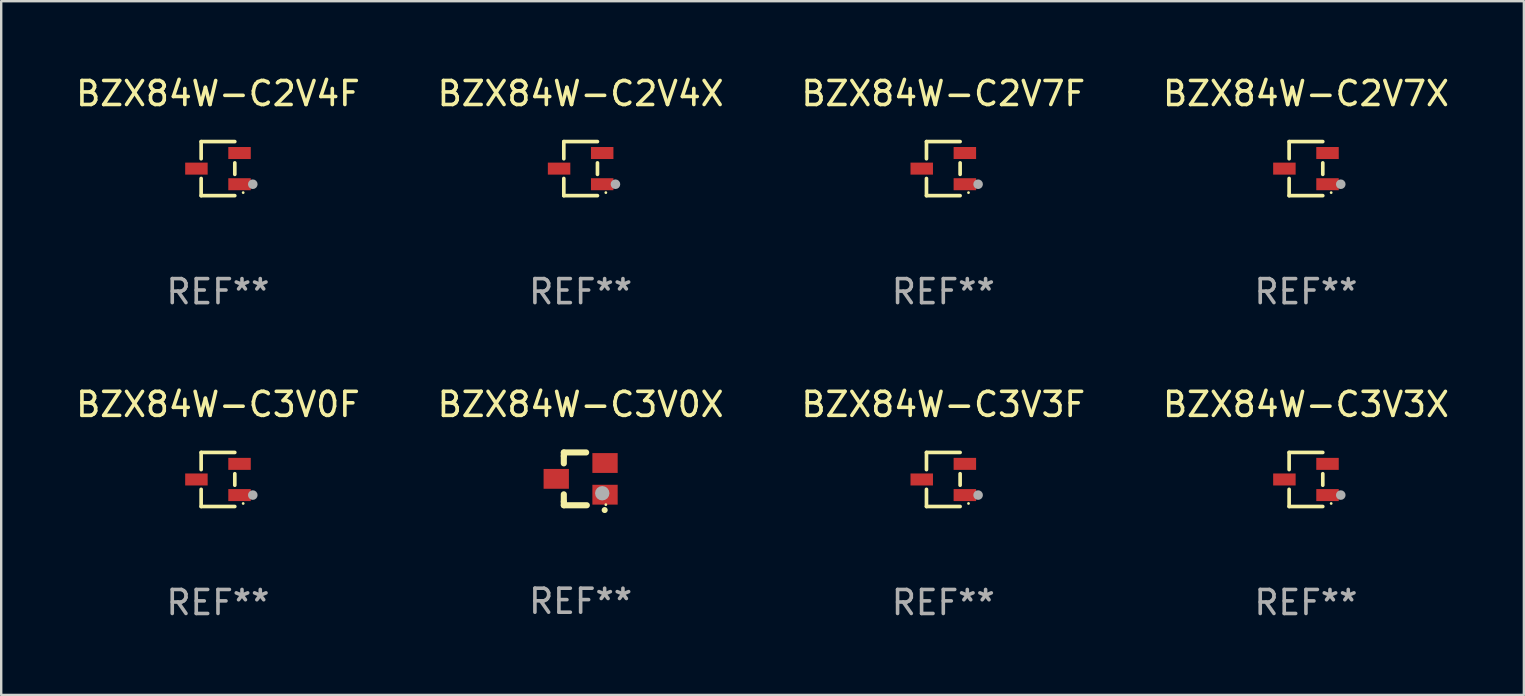
<source format=kicad_pcb>
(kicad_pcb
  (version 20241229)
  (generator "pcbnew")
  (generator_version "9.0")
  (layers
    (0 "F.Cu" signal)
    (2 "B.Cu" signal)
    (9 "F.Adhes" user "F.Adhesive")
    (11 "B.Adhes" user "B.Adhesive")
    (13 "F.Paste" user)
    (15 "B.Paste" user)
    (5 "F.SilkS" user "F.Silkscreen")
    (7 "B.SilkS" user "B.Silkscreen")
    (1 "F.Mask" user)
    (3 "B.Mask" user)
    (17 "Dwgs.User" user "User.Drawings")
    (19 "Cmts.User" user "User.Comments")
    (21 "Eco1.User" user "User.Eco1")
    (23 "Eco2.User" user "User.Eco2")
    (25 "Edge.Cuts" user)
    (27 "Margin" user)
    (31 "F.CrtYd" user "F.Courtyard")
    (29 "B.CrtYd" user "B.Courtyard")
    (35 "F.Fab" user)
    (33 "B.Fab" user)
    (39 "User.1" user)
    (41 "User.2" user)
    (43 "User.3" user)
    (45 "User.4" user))
  (footprint "BZX84W-C3V3X"
    (layer "F.Cu")
    (at 51.351 16.923)
    (property "Reference" "BZX84W-C3V3X" (at 0 -3.126 0) (layer "F.SilkS") (effects (font (size 1 1) (thickness 0.15))))
    (attr through_hole)
    (fp_line (start -0.701 -1.126) (end -0.701 -0.411) (stroke (width 0.152) (type solid)) (layer "F.SilkS"))
    (fp_line (start -0.701 1.126) (end -0.701 0.411) (stroke (width 0.152) (type solid)) (layer "F.SilkS"))
    (fp_line (start 0.701 -1.126) (end -0.701 -1.126) (stroke (width 0.152) (type solid)) (layer "F.SilkS"))
    (fp_line (start 0.701 -0.239) (end 0.701 0.239) (stroke (width 0.152) (type solid)) (layer "F.SilkS"))
    (fp_line (start 0.701 1.126) (end -0.701 1.126) (stroke (width 0.152) (type solid)) (layer "F.SilkS"))
    (fp_circle (center 1.05 1) (end 1.08 1) (stroke (width 0.06) (type solid)) (fill no) (layer "F.SilkS"))
    (fp_circle (center 1.45 0.65) (end 1.55 0.65) (stroke (width 0.2) (type solid)) (fill no) (layer "F.Fab"))
    (fp_text user "REF**" (at 0 5.126 0) (layer "F.Fab") (effects (font (size 1 1) (thickness 0.15))))
    (pad "1" smd rect (at 0.898 0.65) (size 0.936 0.5) (layers "F.Cu" "F.Mask" "F.Paste"))
    (pad "2" smd rect (at 0.898 -0.65) (size 0.936 0.5) (layers "F.Cu" "F.Mask" "F.Paste"))
    (pad "3" smd rect (at -0.898 0) (size 0.936 0.5) (layers "F.Cu" "F.Mask" "F.Paste")))
  (footprint "BZX84W-C3V0X"
    (layer "F.Cu")
    (at 21.137 16.897)
    (property "Reference" "BZX84W-C3V0X" (at 0 -3.1 0) (layer "F.SilkS") (effects (font (size 1 1) (thickness 0.15))))
    (attr through_hole)
    (fp_line (start -0.701 -0.95) (end -0.701 -1.1) (stroke (width 0.254) (type solid)) (layer "F.SilkS"))
    (fp_line (start -0.701 -0.644) (end -0.701 -0.95) (stroke (width 0.254) (type solid)) (layer "F.SilkS"))
    (fp_line (start -0.701 0.95) (end -0.701 0.644) (stroke (width 0.254) (type solid)) (layer "F.SilkS"))
    (fp_line (start -0.701 0.95) (end -0.701 1.1) (stroke (width 0.254) (type solid)) (layer "F.SilkS"))
    (fp_line (start -0.7 -1.1) (end 0.23 -1.1) (stroke (width 0.254) (type solid)) (layer "F.SilkS"))
    (fp_line (start -0.7 1.1) (end 0.258 1.1) (stroke (width 0.254) (type solid)) (layer "F.SilkS"))
    (fp_arc (start 1 1.3) (mid 1.00127 1.299994) (end 1.00254 1.3) (stroke (width 0.24892) (type solid)) (layer "F.SilkS"))
    (fp_circle (center 1.05 1.075) (end 1.08 1.075) (stroke (width 0.06) (type solid)) (fill no) (layer "F.SilkS"))
    (fp_circle (center 0.9 0.6) (end 1.05 0.6) (stroke (width 0.3) (type solid)) (fill no) (layer "F.Fab"))
    (fp_text user "REF**" (at 0 5.1 0) (layer "F.Fab") (effects (font (size 1 1) (thickness 0.15))))
    (pad "1" smd rect (at 1.016 0.66) (size 1.054 0.826) (layers "F.Cu" "F.Mask" "F.Paste"))
    (pad "2" smd rect (at 1.016 -0.66) (size 1.054 0.826) (layers "F.Cu" "F.Mask" "F.Paste"))
    (pad "3" smd rect (at -1.016 0) (size 1.054 0.826) (layers "F.Cu" "F.Mask" "F.Paste")))
  (footprint "BZX84W-C2V7F"
    (layer "F.Cu")
    (at 36.244 3.974)
    (property "Reference" "BZX84W-C2V7F" (at 0 -3.126 0) (layer "F.SilkS") (effects (font (size 1 1) (thickness 0.15))))
    (attr through_hole)
    (fp_line (start -0.701 -1.126) (end -0.701 -0.411) (stroke (width 0.152) (type solid)) (layer "F.SilkS"))
    (fp_line (start -0.701 1.126) (end -0.701 0.411) (stroke (width 0.152) (type solid)) (layer "F.SilkS"))
    (fp_line (start 0.701 -1.126) (end -0.701 -1.126) (stroke (width 0.152) (type solid)) (layer "F.SilkS"))
    (fp_line (start 0.701 -0.239) (end 0.701 0.239) (stroke (width 0.152) (type solid)) (layer "F.SilkS"))
    (fp_line (start 0.701 1.126) (end -0.701 1.126) (stroke (width 0.152) (type solid)) (layer "F.SilkS"))
    (fp_circle (center 1.05 1) (end 1.08 1) (stroke (width 0.06) (type solid)) (fill no) (layer "F.SilkS"))
    (fp_circle (center 1.45 0.65) (end 1.55 0.65) (stroke (width 0.2) (type solid)) (fill no) (layer "F.Fab"))
    (fp_text user "REF**" (at 0 5.126 0) (layer "F.Fab") (effects (font (size 1 1) (thickness 0.15))))
    (pad "1" smd rect (at 0.898 0.65) (size 0.936 0.5) (layers "F.Cu" "F.Mask" "F.Paste"))
    (pad "2" smd rect (at 0.898 -0.65) (size 0.936 0.5) (layers "F.Cu" "F.Mask" "F.Paste"))
    (pad "3" smd rect (at -0.898 0) (size 0.936 0.5) (layers "F.Cu" "F.Mask" "F.Paste")))
  (footprint "BZX84W-C2V4X"
    (layer "F.Cu")
    (at 21.137 3.974)
    (property "Reference" "BZX84W-C2V4X" (at 0 -3.126 0) (layer "F.SilkS") (effects (font (size 1 1) (thickness 0.15))))
    (attr through_hole)
    (fp_line (start -0.701 -1.126) (end -0.701 -0.411) (stroke (width 0.152) (type solid)) (layer "F.SilkS"))
    (fp_line (start -0.701 1.126) (end -0.701 0.411) (stroke (width 0.152) (type solid)) (layer "F.SilkS"))
    (fp_line (start 0.701 -1.126) (end -0.701 -1.126) (stroke (width 0.152) (type solid)) (layer "F.SilkS"))
    (fp_line (start 0.701 -0.239) (end 0.701 0.239) (stroke (width 0.152) (type solid)) (layer "F.SilkS"))
    (fp_line (start 0.701 1.126) (end -0.701 1.126) (stroke (width 0.152) (type solid)) (layer "F.SilkS"))
    (fp_circle (center 1.05 1) (end 1.08 1) (stroke (width 0.06) (type solid)) (fill no) (layer "F.SilkS"))
    (fp_circle (center 1.45 0.65) (end 1.55 0.65) (stroke (width 0.2) (type solid)) (fill no) (layer "F.Fab"))
    (fp_text user "REF**" (at 0 5.126 0) (layer "F.Fab") (effects (font (size 1 1) (thickness 0.15))))
    (pad "1" smd rect (at 0.898 0.65) (size 0.936 0.5) (layers "F.Cu" "F.Mask" "F.Paste"))
    (pad "2" smd rect (at 0.898 -0.65) (size 0.936 0.5) (layers "F.Cu" "F.Mask" "F.Paste"))
    (pad "3" smd rect (at -0.898 0) (size 0.936 0.5) (layers "F.Cu" "F.Mask" "F.Paste")))
  (footprint "BZX84W-C2V7X"
    (layer "F.Cu")
    (at 51.351 3.974)
    (property "Reference" "BZX84W-C2V7X" (at 0 -3.126 0) (layer "F.SilkS") (effects (font (size 1 1) (thickness 0.15))))
    (attr through_hole)
    (fp_line (start -0.701 -1.126) (end -0.701 -0.411) (stroke (width 0.152) (type solid)) (layer "F.SilkS"))
    (fp_line (start -0.701 1.126) (end -0.701 0.411) (stroke (width 0.152) (type solid)) (layer "F.SilkS"))
    (fp_line (start 0.701 -1.126) (end -0.701 -1.126) (stroke (width 0.152) (type solid)) (layer "F.SilkS"))
    (fp_line (start 0.701 -0.239) (end 0.701 0.239) (stroke (width 0.152) (type solid)) (layer "F.SilkS"))
    (fp_line (start 0.701 1.126) (end -0.701 1.126) (stroke (width 0.152) (type solid)) (layer "F.SilkS"))
    (fp_circle (center 1.05 1) (end 1.08 1) (stroke (width 0.06) (type solid)) (fill no) (layer "F.SilkS"))
    (fp_circle (center 1.45 0.65) (end 1.55 0.65) (stroke (width 0.2) (type solid)) (fill no) (layer "F.Fab"))
    (fp_text user "REF**" (at 0 5.126 0) (layer "F.Fab") (effects (font (size 1 1) (thickness 0.15))))
    (pad "1" smd rect (at 0.898 0.65) (size 0.936 0.5) (layers "F.Cu" "F.Mask" "F.Paste"))
    (pad "2" smd rect (at 0.898 -0.65) (size 0.936 0.5) (layers "F.Cu" "F.Mask" "F.Paste"))
    (pad "3" smd rect (at -0.898 0) (size 0.936 0.5) (layers "F.Cu" "F.Mask" "F.Paste")))
  (footprint "BZX84W-C3V3F"
    (layer "F.Cu")
    (at 36.244 16.923)
    (property "Reference" "BZX84W-C3V3F" (at 0 -3.126 0) (layer "F.SilkS") (effects (font (size 1 1) (thickness 0.15))))
    (attr through_hole)
    (fp_line (start -0.701 -1.126) (end -0.701 -0.411) (stroke (width 0.152) (type solid)) (layer "F.SilkS"))
    (fp_line (start -0.701 1.126) (end -0.701 0.411) (stroke (width 0.152) (type solid)) (layer "F.SilkS"))
    (fp_line (start 0.701 -1.126) (end -0.701 -1.126) (stroke (width 0.152) (type solid)) (layer "F.SilkS"))
    (fp_line (start 0.701 -0.239) (end 0.701 0.239) (stroke (width 0.152) (type solid)) (layer "F.SilkS"))
    (fp_line (start 0.701 1.126) (end -0.701 1.126) (stroke (width 0.152) (type solid)) (layer "F.SilkS"))
    (fp_circle (center 1.05 1) (end 1.08 1) (stroke (width 0.06) (type solid)) (fill no) (layer "F.SilkS"))
    (fp_circle (center 1.45 0.65) (end 1.55 0.65) (stroke (width 0.2) (type solid)) (fill no) (layer "F.Fab"))
    (fp_text user "REF**" (at 0 5.126 0) (layer "F.Fab") (effects (font (size 1 1) (thickness 0.15))))
    (pad "1" smd rect (at 0.898 0.65) (size 0.936 0.5) (layers "F.Cu" "F.Mask" "F.Paste"))
    (pad "2" smd rect (at 0.898 -0.65) (size 0.936 0.5) (layers "F.Cu" "F.Mask" "F.Paste"))
    (pad "3" smd rect (at -0.898 0) (size 0.936 0.5) (layers "F.Cu" "F.Mask" "F.Paste")))
  (footprint "BZX84W-C3V0F"
    (layer "F.Cu")
    (at 6.03 16.923)
    (property "Reference" "BZX84W-C3V0F" (at 0 -3.126 0) (layer "F.SilkS") (effects (font (size 1 1) (thickness 0.15))))
    (attr through_hole)
    (fp_line (start -0.701 -1.126) (end -0.701 -0.411) (stroke (width 0.152) (type solid)) (layer "F.SilkS"))
    (fp_line (start -0.701 1.126) (end -0.701 0.411) (stroke (width 0.152) (type solid)) (layer "F.SilkS"))
    (fp_line (start 0.701 -1.126) (end -0.701 -1.126) (stroke (width 0.152) (type solid)) (layer "F.SilkS"))
    (fp_line (start 0.701 -0.239) (end 0.701 0.239) (stroke (width 0.152) (type solid)) (layer "F.SilkS"))
    (fp_line (start 0.701 1.126) (end -0.701 1.126) (stroke (width 0.152) (type solid)) (layer "F.SilkS"))
    (fp_circle (center 1.05 1) (end 1.08 1) (stroke (width 0.06) (type solid)) (fill no) (layer "F.SilkS"))
    (fp_circle (center 1.45 0.65) (end 1.55 0.65) (stroke (width 0.2) (type solid)) (fill no) (layer "F.Fab"))
    (fp_text user "REF**" (at 0 5.126 0) (layer "F.Fab") (effects (font (size 1 1) (thickness 0.15))))
    (pad "1" smd rect (at 0.898 0.65) (size 0.936 0.5) (layers "F.Cu" "F.Mask" "F.Paste"))
    (pad "2" smd rect (at 0.898 -0.65) (size 0.936 0.5) (layers "F.Cu" "F.Mask" "F.Paste"))
    (pad "3" smd rect (at -0.898 0) (size 0.936 0.5) (layers "F.Cu" "F.Mask" "F.Paste")))
  (footprint "BZX84W-C2V4F"
    (layer "F.Cu")
    (at 6.03 3.974)
    (property "Reference" "BZX84W-C2V4F" (at 0 -3.126 0) (layer "F.SilkS") (effects (font (size 1 1) (thickness 0.15))))
    (attr through_hole)
    (fp_line (start -0.701 -1.126) (end -0.701 -0.411) (stroke (width 0.152) (type solid)) (layer "F.SilkS"))
    (fp_line (start -0.701 1.126) (end -0.701 0.411) (stroke (width 0.152) (type solid)) (layer "F.SilkS"))
    (fp_line (start 0.701 -1.126) (end -0.701 -1.126) (stroke (width 0.152) (type solid)) (layer "F.SilkS"))
    (fp_line (start 0.701 -0.239) (end 0.701 0.239) (stroke (width 0.152) (type solid)) (layer "F.SilkS"))
    (fp_line (start 0.701 1.126) (end -0.701 1.126) (stroke (width 0.152) (type solid)) (layer "F.SilkS"))
    (fp_circle (center 1.05 1) (end 1.08 1) (stroke (width 0.06) (type solid)) (fill no) (layer "F.SilkS"))
    (fp_circle (center 1.45 0.65) (end 1.55 0.65) (stroke (width 0.2) (type solid)) (fill no) (layer "F.Fab"))
    (fp_text user "REF**" (at 0 5.126 0) (layer "F.Fab") (effects (font (size 1 1) (thickness 0.15))))
    (pad "1" smd rect (at 0.898 0.65) (size 0.936 0.5) (layers "F.Cu" "F.Mask" "F.Paste"))
    (pad "2" smd rect (at 0.898 -0.65) (size 0.936 0.5) (layers "F.Cu" "F.Mask" "F.Paste"))
    (pad "3" smd rect (at -0.898 0) (size 0.936 0.5) (layers "F.Cu" "F.Mask" "F.Paste")))
  (gr_rect
    (start -3 -3)
    (end 60.429 25.898)
    (stroke (width 0.1) (type default))
    (fill no)
    (layer "Edge.Cuts")))
</source>
